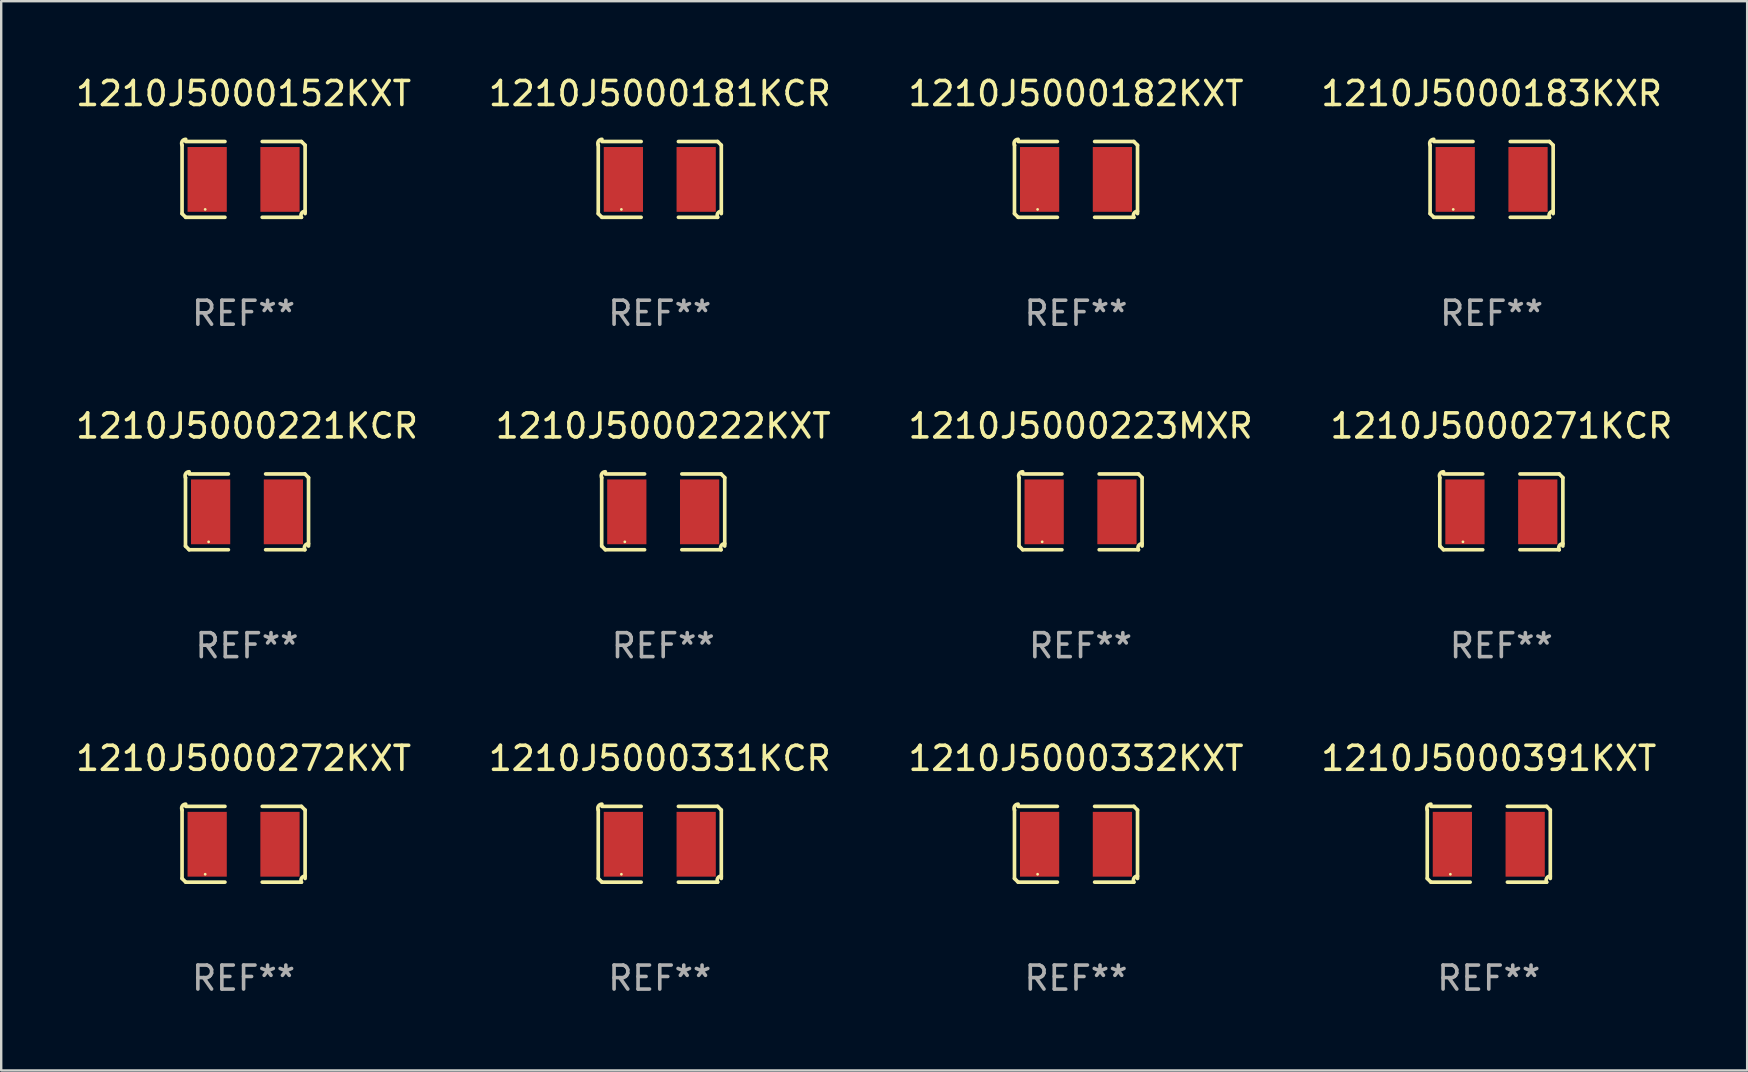
<source format=kicad_pcb>
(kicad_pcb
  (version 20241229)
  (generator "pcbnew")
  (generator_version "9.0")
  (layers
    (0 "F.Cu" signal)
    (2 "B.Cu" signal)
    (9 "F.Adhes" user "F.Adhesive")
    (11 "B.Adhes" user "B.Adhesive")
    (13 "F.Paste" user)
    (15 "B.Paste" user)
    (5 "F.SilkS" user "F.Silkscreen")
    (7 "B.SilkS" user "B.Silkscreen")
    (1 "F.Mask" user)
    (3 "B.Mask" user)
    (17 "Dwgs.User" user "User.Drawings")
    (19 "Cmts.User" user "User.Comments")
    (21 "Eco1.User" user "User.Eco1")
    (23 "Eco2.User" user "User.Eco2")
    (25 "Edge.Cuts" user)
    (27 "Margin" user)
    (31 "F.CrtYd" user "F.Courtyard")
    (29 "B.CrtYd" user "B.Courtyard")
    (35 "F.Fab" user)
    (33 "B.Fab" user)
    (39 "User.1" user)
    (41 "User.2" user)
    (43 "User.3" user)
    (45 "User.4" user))
  (footprint "1210J5000331KCR"
    (layer "F.Cu")
    (at 24.446 32.134)
    (property "Reference" "1210J5000331KCR" (at 0 -3.579 0) (layer "F.SilkS") (effects (font (size 1 1) (thickness 0.15))))
    (attr through_hole)
    (fp_line (start -2.564 1.426) (end -2.564 -1.426) (stroke (width 0.152) (type solid)) (layer "F.SilkS"))
    (fp_line (start -2.411 -1.579) (end -0.776 -1.579) (stroke (width 0.152) (type solid)) (layer "F.SilkS"))
    (fp_line (start -0.776 1.579) (end -2.411 1.579) (stroke (width 0.152) (type solid)) (layer "F.SilkS"))
    (fp_line (start 0.776 1.579) (end 2.411 1.579) (stroke (width 0.152) (type solid)) (layer "F.SilkS"))
    (fp_line (start 2.411 -1.579) (end 0.776 -1.579) (stroke (width 0.152) (type solid)) (layer "F.SilkS"))
    (fp_line (start 2.564 1.426) (end 2.564 -1.426) (stroke (width 0.152) (type solid)) (layer "F.SilkS"))
    (fp_arc (start -2.563602 -1.426213) (mid -2.555597 -1.591233) (end -2.411201 -1.671518) (stroke (width 0.1524) (type solid)) (layer "F.SilkS"))
    (fp_arc (start -2.5636 1.426214) (mid -2.487389 1.502402) (end -2.411201 1.578613) (stroke (width 0.1524) (type solid)) (layer "F.SilkS"))
    (fp_arc (start 2.411197 -1.578618) (mid 2.487403 -1.502419) (end 2.563602 -1.426213) (stroke (width 0.1524) (type solid)) (layer "F.SilkS"))
    (fp_arc (start 2.411201 1.578613) (mid 2.416214 1.409455) (end 2.563602 1.32629) (stroke (width 0.1524) (type solid)) (layer "F.SilkS"))
    (fp_circle (center -1.6 1.25) (end -1.57 1.25) (stroke (width 0.06) (type solid)) (fill no) (layer "F.SilkS"))
    (fp_text user "REF**" (at 0 5.579 0) (layer "F.Fab") (effects (font (size 1 1) (thickness 0.15))))
    (pad "1" smd rect (at -1.517 0) (size 1.635 2.7) (layers "F.Cu" "F.Mask" "F.Paste"))
    (pad "2" smd rect (at 1.517 0) (size 1.635 2.7) (layers "F.Cu" "F.Mask" "F.Paste")))
  (footprint "1210J5000271KCR"
    (layer "F.Cu")
    (at 59.518 18.281)
    (property "Reference" "1210J5000271KCR" (at 0 -3.579 0) (layer "F.SilkS") (effects (font (size 1 1) (thickness 0.15))))
    (attr through_hole)
    (fp_line (start -2.564 1.426) (end -2.564 -1.426) (stroke (width 0.152) (type solid)) (layer "F.SilkS"))
    (fp_line (start -2.411 -1.579) (end -0.776 -1.579) (stroke (width 0.152) (type solid)) (layer "F.SilkS"))
    (fp_line (start -0.776 1.579) (end -2.411 1.579) (stroke (width 0.152) (type solid)) (layer "F.SilkS"))
    (fp_line (start 0.776 1.579) (end 2.411 1.579) (stroke (width 0.152) (type solid)) (layer "F.SilkS"))
    (fp_line (start 2.411 -1.579) (end 0.776 -1.579) (stroke (width 0.152) (type solid)) (layer "F.SilkS"))
    (fp_line (start 2.564 1.426) (end 2.564 -1.426) (stroke (width 0.152) (type solid)) (layer "F.SilkS"))
    (fp_arc (start -2.563602 -1.426213) (mid -2.555597 -1.591233) (end -2.411201 -1.671518) (stroke (width 0.1524) (type solid)) (layer "F.SilkS"))
    (fp_arc (start -2.5636 1.426214) (mid -2.487389 1.502402) (end -2.411201 1.578613) (stroke (width 0.1524) (type solid)) (layer "F.SilkS"))
    (fp_arc (start 2.411197 -1.578618) (mid 2.487403 -1.502419) (end 2.563602 -1.426213) (stroke (width 0.1524) (type solid)) (layer "F.SilkS"))
    (fp_arc (start 2.411201 1.578613) (mid 2.416214 1.409455) (end 2.563602 1.32629) (stroke (width 0.1524) (type solid)) (layer "F.SilkS"))
    (fp_circle (center -1.6 1.25) (end -1.57 1.25) (stroke (width 0.06) (type solid)) (fill no) (layer "F.SilkS"))
    (fp_text user "REF**" (at 0 5.579 0) (layer "F.Fab") (effects (font (size 1 1) (thickness 0.15))))
    (pad "1" smd rect (at -1.517 0) (size 1.635 2.7) (layers "F.Cu" "F.Mask" "F.Paste"))
    (pad "2" smd rect (at 1.517 0) (size 1.635 2.7) (layers "F.Cu" "F.Mask" "F.Paste")))
  (footprint "1210J5000183KXR"
    (layer "F.Cu")
    (at 59.113 4.427)
    (property "Reference" "1210J5000183KXR" (at 0 -3.579 0) (layer "F.SilkS") (effects (font (size 1 1) (thickness 0.15))))
    (attr through_hole)
    (fp_line (start -2.564 1.426) (end -2.564 -1.426) (stroke (width 0.152) (type solid)) (layer "F.SilkS"))
    (fp_line (start -2.411 -1.579) (end -0.776 -1.579) (stroke (width 0.152) (type solid)) (layer "F.SilkS"))
    (fp_line (start -0.776 1.579) (end -2.411 1.579) (stroke (width 0.152) (type solid)) (layer "F.SilkS"))
    (fp_line (start 0.776 1.579) (end 2.411 1.579) (stroke (width 0.152) (type solid)) (layer "F.SilkS"))
    (fp_line (start 2.411 -1.579) (end 0.776 -1.579) (stroke (width 0.152) (type solid)) (layer "F.SilkS"))
    (fp_line (start 2.564 1.426) (end 2.564 -1.426) (stroke (width 0.152) (type solid)) (layer "F.SilkS"))
    (fp_arc (start -2.563602 -1.426213) (mid -2.555597 -1.591233) (end -2.411201 -1.671518) (stroke (width 0.1524) (type solid)) (layer "F.SilkS"))
    (fp_arc (start -2.5636 1.426214) (mid -2.487389 1.502402) (end -2.411201 1.578613) (stroke (width 0.1524) (type solid)) (layer "F.SilkS"))
    (fp_arc (start 2.411197 -1.578618) (mid 2.487403 -1.502419) (end 2.563602 -1.426213) (stroke (width 0.1524) (type solid)) (layer "F.SilkS"))
    (fp_arc (start 2.411201 1.578613) (mid 2.416214 1.409455) (end 2.563602 1.32629) (stroke (width 0.1524) (type solid)) (layer "F.SilkS"))
    (fp_circle (center -1.6 1.25) (end -1.57 1.25) (stroke (width 0.06) (type solid)) (fill no) (layer "F.SilkS"))
    (fp_text user "REF**" (at 0 5.579 0) (layer "F.Fab") (effects (font (size 1 1) (thickness 0.15))))
    (pad "1" smd rect (at -1.517 0) (size 1.635 2.7) (layers "F.Cu" "F.Mask" "F.Paste"))
    (pad "2" smd rect (at 1.517 0) (size 1.635 2.7) (layers "F.Cu" "F.Mask" "F.Paste")))
  (footprint "1210J5000222KXT"
    (layer "F.Cu")
    (at 24.589 18.281)
    (property "Reference" "1210J5000222KXT" (at 0 -3.579 0) (layer "F.SilkS") (effects (font (size 1 1) (thickness 0.15))))
    (attr through_hole)
    (fp_line (start -2.564 1.426) (end -2.564 -1.426) (stroke (width 0.152) (type solid)) (layer "F.SilkS"))
    (fp_line (start -2.411 -1.579) (end -0.776 -1.579) (stroke (width 0.152) (type solid)) (layer "F.SilkS"))
    (fp_line (start -0.776 1.579) (end -2.411 1.579) (stroke (width 0.152) (type solid)) (layer "F.SilkS"))
    (fp_line (start 0.776 1.579) (end 2.411 1.579) (stroke (width 0.152) (type solid)) (layer "F.SilkS"))
    (fp_line (start 2.411 -1.579) (end 0.776 -1.579) (stroke (width 0.152) (type solid)) (layer "F.SilkS"))
    (fp_line (start 2.564 1.426) (end 2.564 -1.426) (stroke (width 0.152) (type solid)) (layer "F.SilkS"))
    (fp_arc (start -2.563602 -1.426213) (mid -2.555597 -1.591233) (end -2.411201 -1.671518) (stroke (width 0.1524) (type solid)) (layer "F.SilkS"))
    (fp_arc (start -2.5636 1.426214) (mid -2.487389 1.502402) (end -2.411201 1.578613) (stroke (width 0.1524) (type solid)) (layer "F.SilkS"))
    (fp_arc (start 2.411197 -1.578618) (mid 2.487403 -1.502419) (end 2.563602 -1.426213) (stroke (width 0.1524) (type solid)) (layer "F.SilkS"))
    (fp_arc (start 2.411201 1.578613) (mid 2.416214 1.409455) (end 2.563602 1.32629) (stroke (width 0.1524) (type solid)) (layer "F.SilkS"))
    (fp_circle (center -1.6 1.25) (end -1.57 1.25) (stroke (width 0.06) (type solid)) (fill no) (layer "F.SilkS"))
    (fp_text user "REF**" (at 0 5.579 0) (layer "F.Fab") (effects (font (size 1 1) (thickness 0.15))))
    (pad "1" smd rect (at -1.517 0) (size 1.635 2.7) (layers "F.Cu" "F.Mask" "F.Paste"))
    (pad "2" smd rect (at 1.517 0) (size 1.635 2.7) (layers "F.Cu" "F.Mask" "F.Paste")))
  (footprint "1210J5000223MXR"
    (layer "F.Cu")
    (at 41.982 18.281)
    (property "Reference" "1210J5000223MXR" (at 0 -3.579 0) (layer "F.SilkS") (effects (font (size 1 1) (thickness 0.15))))
    (attr through_hole)
    (fp_line (start -2.564 1.426) (end -2.564 -1.426) (stroke (width 0.152) (type solid)) (layer "F.SilkS"))
    (fp_line (start -2.411 -1.579) (end -0.776 -1.579) (stroke (width 0.152) (type solid)) (layer "F.SilkS"))
    (fp_line (start -0.776 1.579) (end -2.411 1.579) (stroke (width 0.152) (type solid)) (layer "F.SilkS"))
    (fp_line (start 0.776 1.579) (end 2.411 1.579) (stroke (width 0.152) (type solid)) (layer "F.SilkS"))
    (fp_line (start 2.411 -1.579) (end 0.776 -1.579) (stroke (width 0.152) (type solid)) (layer "F.SilkS"))
    (fp_line (start 2.564 1.426) (end 2.564 -1.426) (stroke (width 0.152) (type solid)) (layer "F.SilkS"))
    (fp_arc (start -2.563602 -1.426213) (mid -2.555597 -1.591233) (end -2.411201 -1.671518) (stroke (width 0.1524) (type solid)) (layer "F.SilkS"))
    (fp_arc (start -2.5636 1.426214) (mid -2.487389 1.502402) (end -2.411201 1.578613) (stroke (width 0.1524) (type solid)) (layer "F.SilkS"))
    (fp_arc (start 2.411197 -1.578618) (mid 2.487403 -1.502419) (end 2.563602 -1.426213) (stroke (width 0.1524) (type solid)) (layer "F.SilkS"))
    (fp_arc (start 2.411201 1.578613) (mid 2.416214 1.409455) (end 2.563602 1.32629) (stroke (width 0.1524) (type solid)) (layer "F.SilkS"))
    (fp_circle (center -1.6 1.25) (end -1.57 1.25) (stroke (width 0.06) (type solid)) (fill no) (layer "F.SilkS"))
    (fp_text user "REF**" (at 0 5.579 0) (layer "F.Fab") (effects (font (size 1 1) (thickness 0.15))))
    (pad "1" smd rect (at -1.517 0) (size 1.635 2.7) (layers "F.Cu" "F.Mask" "F.Paste"))
    (pad "2" smd rect (at 1.517 0) (size 1.635 2.7) (layers "F.Cu" "F.Mask" "F.Paste")))
  (footprint "1210J5000182KXT"
    (layer "F.Cu")
    (at 41.792 4.427)
    (property "Reference" "1210J5000182KXT" (at 0 -3.579 0) (layer "F.SilkS") (effects (font (size 1 1) (thickness 0.15))))
    (attr through_hole)
    (fp_line (start -2.564 1.426) (end -2.564 -1.426) (stroke (width 0.152) (type solid)) (layer "F.SilkS"))
    (fp_line (start -2.411 -1.579) (end -0.776 -1.579) (stroke (width 0.152) (type solid)) (layer "F.SilkS"))
    (fp_line (start -0.776 1.579) (end -2.411 1.579) (stroke (width 0.152) (type solid)) (layer "F.SilkS"))
    (fp_line (start 0.776 1.579) (end 2.411 1.579) (stroke (width 0.152) (type solid)) (layer "F.SilkS"))
    (fp_line (start 2.411 -1.579) (end 0.776 -1.579) (stroke (width 0.152) (type solid)) (layer "F.SilkS"))
    (fp_line (start 2.564 1.426) (end 2.564 -1.426) (stroke (width 0.152) (type solid)) (layer "F.SilkS"))
    (fp_arc (start -2.563602 -1.426213) (mid -2.555597 -1.591233) (end -2.411201 -1.671518) (stroke (width 0.1524) (type solid)) (layer "F.SilkS"))
    (fp_arc (start -2.5636 1.426214) (mid -2.487389 1.502402) (end -2.411201 1.578613) (stroke (width 0.1524) (type solid)) (layer "F.SilkS"))
    (fp_arc (start 2.411197 -1.578618) (mid 2.487403 -1.502419) (end 2.563602 -1.426213) (stroke (width 0.1524) (type solid)) (layer "F.SilkS"))
    (fp_arc (start 2.411201 1.578613) (mid 2.416214 1.409455) (end 2.563602 1.32629) (stroke (width 0.1524) (type solid)) (layer "F.SilkS"))
    (fp_circle (center -1.6 1.25) (end -1.57 1.25) (stroke (width 0.06) (type solid)) (fill no) (layer "F.SilkS"))
    (fp_text user "REF**" (at 0 5.579 0) (layer "F.Fab") (effects (font (size 1 1) (thickness 0.15))))
    (pad "1" smd rect (at -1.517 0) (size 1.635 2.7) (layers "F.Cu" "F.Mask" "F.Paste"))
    (pad "2" smd rect (at 1.517 0) (size 1.635 2.7) (layers "F.Cu" "F.Mask" "F.Paste")))
  (footprint "1210J5000152KXT"
    (layer "F.Cu")
    (at 7.101 4.427)
    (property "Reference" "1210J5000152KXT" (at 0 -3.579 0) (layer "F.SilkS") (effects (font (size 1 1) (thickness 0.15))))
    (attr through_hole)
    (fp_line (start -2.564 1.426) (end -2.564 -1.426) (stroke (width 0.152) (type solid)) (layer "F.SilkS"))
    (fp_line (start -2.411 -1.579) (end -0.776 -1.579) (stroke (width 0.152) (type solid)) (layer "F.SilkS"))
    (fp_line (start -0.776 1.579) (end -2.411 1.579) (stroke (width 0.152) (type solid)) (layer "F.SilkS"))
    (fp_line (start 0.776 1.579) (end 2.411 1.579) (stroke (width 0.152) (type solid)) (layer "F.SilkS"))
    (fp_line (start 2.411 -1.579) (end 0.776 -1.579) (stroke (width 0.152) (type solid)) (layer "F.SilkS"))
    (fp_line (start 2.564 1.426) (end 2.564 -1.426) (stroke (width 0.152) (type solid)) (layer "F.SilkS"))
    (fp_arc (start -2.563602 -1.426213) (mid -2.555597 -1.591233) (end -2.411201 -1.671518) (stroke (width 0.1524) (type solid)) (layer "F.SilkS"))
    (fp_arc (start -2.5636 1.426214) (mid -2.487389 1.502402) (end -2.411201 1.578613) (stroke (width 0.1524) (type solid)) (layer "F.SilkS"))
    (fp_arc (start 2.411197 -1.578618) (mid 2.487403 -1.502419) (end 2.563602 -1.426213) (stroke (width 0.1524) (type solid)) (layer "F.SilkS"))
    (fp_arc (start 2.411201 1.578613) (mid 2.416214 1.409455) (end 2.563602 1.32629) (stroke (width 0.1524) (type solid)) (layer "F.SilkS"))
    (fp_circle (center -1.6 1.25) (end -1.57 1.25) (stroke (width 0.06) (type solid)) (fill no) (layer "F.SilkS"))
    (fp_text user "REF**" (at 0 5.579 0) (layer "F.Fab") (effects (font (size 1 1) (thickness 0.15))))
    (pad "1" smd rect (at -1.517 0) (size 1.635 2.7) (layers "F.Cu" "F.Mask" "F.Paste"))
    (pad "2" smd rect (at 1.517 0) (size 1.635 2.7) (layers "F.Cu" "F.Mask" "F.Paste")))
  (footprint "1210J5000332KXT"
    (layer "F.Cu")
    (at 41.792 32.134)
    (property "Reference" "1210J5000332KXT" (at 0 -3.579 0) (layer "F.SilkS") (effects (font (size 1 1) (thickness 0.15))))
    (attr through_hole)
    (fp_line (start -2.564 1.426) (end -2.564 -1.426) (stroke (width 0.152) (type solid)) (layer "F.SilkS"))
    (fp_line (start -2.411 -1.579) (end -0.776 -1.579) (stroke (width 0.152) (type solid)) (layer "F.SilkS"))
    (fp_line (start -0.776 1.579) (end -2.411 1.579) (stroke (width 0.152) (type solid)) (layer "F.SilkS"))
    (fp_line (start 0.776 1.579) (end 2.411 1.579) (stroke (width 0.152) (type solid)) (layer "F.SilkS"))
    (fp_line (start 2.411 -1.579) (end 0.776 -1.579) (stroke (width 0.152) (type solid)) (layer "F.SilkS"))
    (fp_line (start 2.564 1.426) (end 2.564 -1.426) (stroke (width 0.152) (type solid)) (layer "F.SilkS"))
    (fp_arc (start -2.563602 -1.426213) (mid -2.555597 -1.591233) (end -2.411201 -1.671518) (stroke (width 0.1524) (type solid)) (layer "F.SilkS"))
    (fp_arc (start -2.5636 1.426214) (mid -2.487389 1.502402) (end -2.411201 1.578613) (stroke (width 0.1524) (type solid)) (layer "F.SilkS"))
    (fp_arc (start 2.411197 -1.578618) (mid 2.487403 -1.502419) (end 2.563602 -1.426213) (stroke (width 0.1524) (type solid)) (layer "F.SilkS"))
    (fp_arc (start 2.411201 1.578613) (mid 2.416214 1.409455) (end 2.563602 1.32629) (stroke (width 0.1524) (type solid)) (layer "F.SilkS"))
    (fp_circle (center -1.6 1.25) (end -1.57 1.25) (stroke (width 0.06) (type solid)) (fill no) (layer "F.SilkS"))
    (fp_text user "REF**" (at 0 5.579 0) (layer "F.Fab") (effects (font (size 1 1) (thickness 0.15))))
    (pad "1" smd rect (at -1.517 0) (size 1.635 2.7) (layers "F.Cu" "F.Mask" "F.Paste"))
    (pad "2" smd rect (at 1.517 0) (size 1.635 2.7) (layers "F.Cu" "F.Mask" "F.Paste")))
  (footprint "1210J5000221KCR"
    (layer "F.Cu")
    (at 7.244 18.281)
    (property "Reference" "1210J5000221KCR" (at 0 -3.579 0) (layer "F.SilkS") (effects (font (size 1 1) (thickness 0.15))))
    (attr through_hole)
    (fp_line (start -2.564 1.426) (end -2.564 -1.426) (stroke (width 0.152) (type solid)) (layer "F.SilkS"))
    (fp_line (start -2.411 -1.579) (end -0.776 -1.579) (stroke (width 0.152) (type solid)) (layer "F.SilkS"))
    (fp_line (start -0.776 1.579) (end -2.411 1.579) (stroke (width 0.152) (type solid)) (layer "F.SilkS"))
    (fp_line (start 0.776 1.579) (end 2.411 1.579) (stroke (width 0.152) (type solid)) (layer "F.SilkS"))
    (fp_line (start 2.411 -1.579) (end 0.776 -1.579) (stroke (width 0.152) (type solid)) (layer "F.SilkS"))
    (fp_line (start 2.564 1.426) (end 2.564 -1.426) (stroke (width 0.152) (type solid)) (layer "F.SilkS"))
    (fp_arc (start -2.563602 -1.426213) (mid -2.555597 -1.591233) (end -2.411201 -1.671518) (stroke (width 0.1524) (type solid)) (layer "F.SilkS"))
    (fp_arc (start -2.5636 1.426214) (mid -2.487389 1.502402) (end -2.411201 1.578613) (stroke (width 0.1524) (type solid)) (layer "F.SilkS"))
    (fp_arc (start 2.411197 -1.578618) (mid 2.487403 -1.502419) (end 2.563602 -1.426213) (stroke (width 0.1524) (type solid)) (layer "F.SilkS"))
    (fp_arc (start 2.411201 1.578613) (mid 2.416214 1.409455) (end 2.563602 1.32629) (stroke (width 0.1524) (type solid)) (layer "F.SilkS"))
    (fp_circle (center -1.6 1.25) (end -1.57 1.25) (stroke (width 0.06) (type solid)) (fill no) (layer "F.SilkS"))
    (fp_text user "REF**" (at 0 5.579 0) (layer "F.Fab") (effects (font (size 1 1) (thickness 0.15))))
    (pad "1" smd rect (at -1.517 0) (size 1.635 2.7) (layers "F.Cu" "F.Mask" "F.Paste"))
    (pad "2" smd rect (at 1.517 0) (size 1.635 2.7) (layers "F.Cu" "F.Mask" "F.Paste")))
  (footprint "1210J5000272KXT"
    (layer "F.Cu")
    (at 7.101 32.134)
    (property "Reference" "1210J5000272KXT" (at 0 -3.579 0) (layer "F.SilkS") (effects (font (size 1 1) (thickness 0.15))))
    (attr through_hole)
    (fp_line (start -2.564 1.426) (end -2.564 -1.426) (stroke (width 0.152) (type solid)) (layer "F.SilkS"))
    (fp_line (start -2.411 -1.579) (end -0.776 -1.579) (stroke (width 0.152) (type solid)) (layer "F.SilkS"))
    (fp_line (start -0.776 1.579) (end -2.411 1.579) (stroke (width 0.152) (type solid)) (layer "F.SilkS"))
    (fp_line (start 0.776 1.579) (end 2.411 1.579) (stroke (width 0.152) (type solid)) (layer "F.SilkS"))
    (fp_line (start 2.411 -1.579) (end 0.776 -1.579) (stroke (width 0.152) (type solid)) (layer "F.SilkS"))
    (fp_line (start 2.564 1.426) (end 2.564 -1.426) (stroke (width 0.152) (type solid)) (layer "F.SilkS"))
    (fp_arc (start -2.563602 -1.426213) (mid -2.555597 -1.591233) (end -2.411201 -1.671518) (stroke (width 0.1524) (type solid)) (layer "F.SilkS"))
    (fp_arc (start -2.5636 1.426214) (mid -2.487389 1.502402) (end -2.411201 1.578613) (stroke (width 0.1524) (type solid)) (layer "F.SilkS"))
    (fp_arc (start 2.411197 -1.578618) (mid 2.487403 -1.502419) (end 2.563602 -1.426213) (stroke (width 0.1524) (type solid)) (layer "F.SilkS"))
    (fp_arc (start 2.411201 1.578613) (mid 2.416214 1.409455) (end 2.563602 1.32629) (stroke (width 0.1524) (type solid)) (layer "F.SilkS"))
    (fp_circle (center -1.6 1.25) (end -1.57 1.25) (stroke (width 0.06) (type solid)) (fill no) (layer "F.SilkS"))
    (fp_text user "REF**" (at 0 5.579 0) (layer "F.Fab") (effects (font (size 1 1) (thickness 0.15))))
    (pad "1" smd rect (at -1.517 0) (size 1.635 2.7) (layers "F.Cu" "F.Mask" "F.Paste"))
    (pad "2" smd rect (at 1.517 0) (size 1.635 2.7) (layers "F.Cu" "F.Mask" "F.Paste")))
  (footprint "1210J5000391KXT"
    (layer "F.Cu")
    (at 58.994 32.134)
    (property "Reference" "1210J5000391KXT" (at 0 -3.579 0) (layer "F.SilkS") (effects (font (size 1 1) (thickness 0.15))))
    (attr through_hole)
    (fp_line (start -2.564 1.426) (end -2.564 -1.426) (stroke (width 0.152) (type solid)) (layer "F.SilkS"))
    (fp_line (start -2.411 -1.579) (end -0.776 -1.579) (stroke (width 0.152) (type solid)) (layer "F.SilkS"))
    (fp_line (start -0.776 1.579) (end -2.411 1.579) (stroke (width 0.152) (type solid)) (layer "F.SilkS"))
    (fp_line (start 0.776 1.579) (end 2.411 1.579) (stroke (width 0.152) (type solid)) (layer "F.SilkS"))
    (fp_line (start 2.411 -1.579) (end 0.776 -1.579) (stroke (width 0.152) (type solid)) (layer "F.SilkS"))
    (fp_line (start 2.564 1.426) (end 2.564 -1.426) (stroke (width 0.152) (type solid)) (layer "F.SilkS"))
    (fp_arc (start -2.563602 -1.426213) (mid -2.555597 -1.591233) (end -2.411201 -1.671518) (stroke (width 0.1524) (type solid)) (layer "F.SilkS"))
    (fp_arc (start -2.5636 1.426214) (mid -2.487389 1.502402) (end -2.411201 1.578613) (stroke (width 0.1524) (type solid)) (layer "F.SilkS"))
    (fp_arc (start 2.411197 -1.578618) (mid 2.487403 -1.502419) (end 2.563602 -1.426213) (stroke (width 0.1524) (type solid)) (layer "F.SilkS"))
    (fp_arc (start 2.411201 1.578613) (mid 2.416214 1.409455) (end 2.563602 1.32629) (stroke (width 0.1524) (type solid)) (layer "F.SilkS"))
    (fp_circle (center -1.6 1.25) (end -1.57 1.25) (stroke (width 0.06) (type solid)) (fill no) (layer "F.SilkS"))
    (fp_text user "REF**" (at 0 5.579 0) (layer "F.Fab") (effects (font (size 1 1) (thickness 0.15))))
    (pad "1" smd rect (at -1.517 0) (size 1.635 2.7) (layers "F.Cu" "F.Mask" "F.Paste"))
    (pad "2" smd rect (at 1.517 0) (size 1.635 2.7) (layers "F.Cu" "F.Mask" "F.Paste")))
  (footprint "1210J5000181KCR"
    (layer "F.Cu")
    (at 24.446 4.427)
    (property "Reference" "1210J5000181KCR" (at 0 -3.579 0) (layer "F.SilkS") (effects (font (size 1 1) (thickness 0.15))))
    (attr through_hole)
    (fp_line (start -2.564 1.426) (end -2.564 -1.426) (stroke (width 0.152) (type solid)) (layer "F.SilkS"))
    (fp_line (start -2.411 -1.579) (end -0.776 -1.579) (stroke (width 0.152) (type solid)) (layer "F.SilkS"))
    (fp_line (start -0.776 1.579) (end -2.411 1.579) (stroke (width 0.152) (type solid)) (layer "F.SilkS"))
    (fp_line (start 0.776 1.579) (end 2.411 1.579) (stroke (width 0.152) (type solid)) (layer "F.SilkS"))
    (fp_line (start 2.411 -1.579) (end 0.776 -1.579) (stroke (width 0.152) (type solid)) (layer "F.SilkS"))
    (fp_line (start 2.564 1.426) (end 2.564 -1.426) (stroke (width 0.152) (type solid)) (layer "F.SilkS"))
    (fp_arc (start -2.563602 -1.426213) (mid -2.555597 -1.591233) (end -2.411201 -1.671518) (stroke (width 0.1524) (type solid)) (layer "F.SilkS"))
    (fp_arc (start -2.5636 1.426214) (mid -2.487389 1.502402) (end -2.411201 1.578613) (stroke (width 0.1524) (type solid)) (layer "F.SilkS"))
    (fp_arc (start 2.411197 -1.578618) (mid 2.487403 -1.502419) (end 2.563602 -1.426213) (stroke (width 0.1524) (type solid)) (layer "F.SilkS"))
    (fp_arc (start 2.411201 1.578613) (mid 2.416214 1.409455) (end 2.563602 1.32629) (stroke (width 0.1524) (type solid)) (layer "F.SilkS"))
    (fp_circle (center -1.6 1.25) (end -1.57 1.25) (stroke (width 0.06) (type solid)) (fill no) (layer "F.SilkS"))
    (fp_text user "REF**" (at 0 5.579 0) (layer "F.Fab") (effects (font (size 1 1) (thickness 0.15))))
    (pad "1" smd rect (at -1.517 0) (size 1.635 2.7) (layers "F.Cu" "F.Mask" "F.Paste"))
    (pad "2" smd rect (at 1.517 0) (size 1.635 2.7) (layers "F.Cu" "F.Mask" "F.Paste")))
  (gr_rect
    (start -3 -3)
    (end 69.762 41.561)
    (stroke (width 0.1) (type default))
    (fill no)
    (layer "Edge.Cuts")))
</source>
